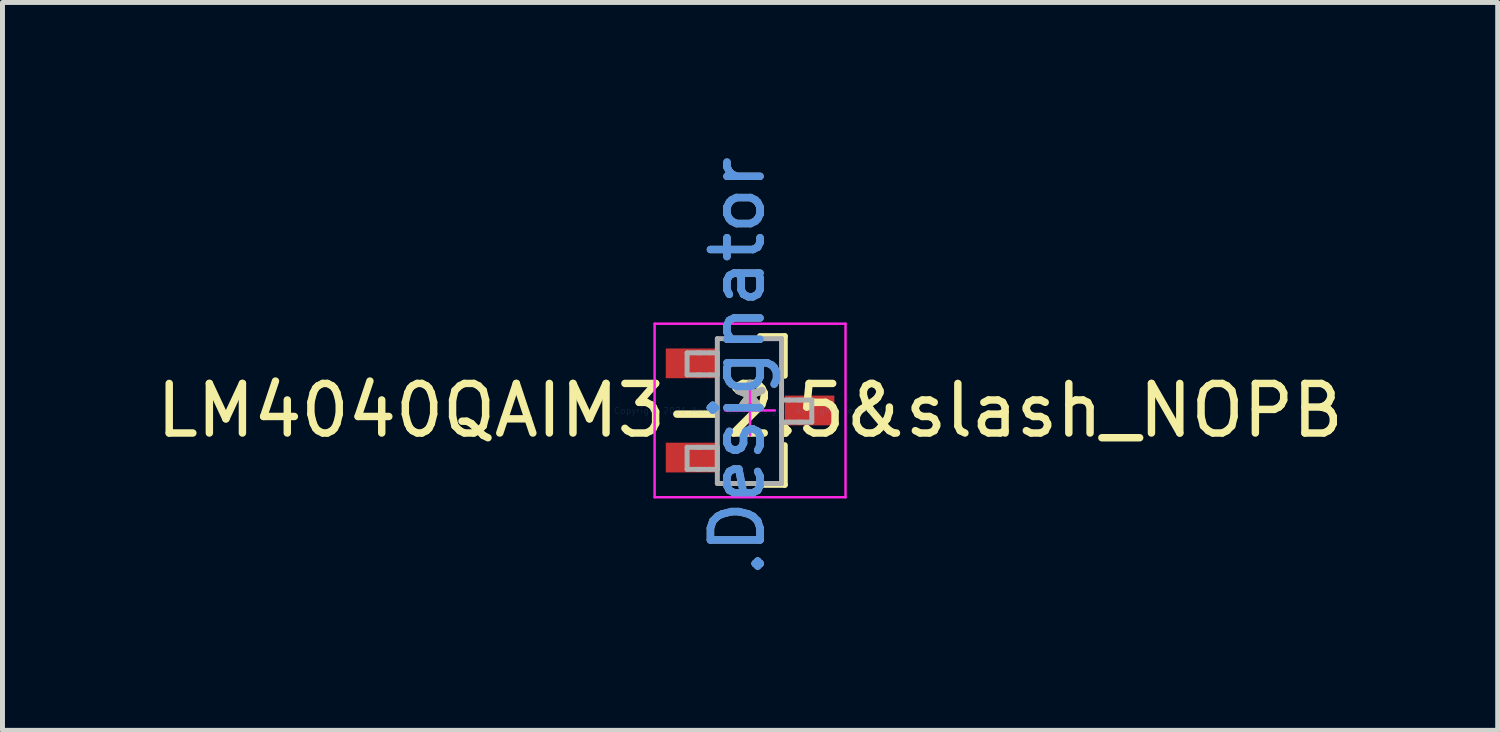
<source format=kicad_pcb>
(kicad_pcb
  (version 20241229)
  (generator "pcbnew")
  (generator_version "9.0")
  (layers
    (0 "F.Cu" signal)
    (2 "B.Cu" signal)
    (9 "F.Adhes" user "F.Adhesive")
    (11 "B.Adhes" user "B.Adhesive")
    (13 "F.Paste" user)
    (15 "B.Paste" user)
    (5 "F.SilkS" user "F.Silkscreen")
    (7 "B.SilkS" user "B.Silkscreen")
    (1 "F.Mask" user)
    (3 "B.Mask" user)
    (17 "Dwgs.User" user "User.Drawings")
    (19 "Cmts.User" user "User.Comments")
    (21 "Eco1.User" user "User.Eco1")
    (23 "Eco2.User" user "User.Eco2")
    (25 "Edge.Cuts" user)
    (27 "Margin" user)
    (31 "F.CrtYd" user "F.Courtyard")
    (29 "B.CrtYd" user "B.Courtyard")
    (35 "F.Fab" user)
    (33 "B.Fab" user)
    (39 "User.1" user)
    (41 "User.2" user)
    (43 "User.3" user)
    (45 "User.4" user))
  (footprint "LM4040QAIM3-2.5&slash_NOPB"
    (layer "F.Cu")
    (at 12.077 5.228)
    (property "Reference" "LM4040QAIM3-2.5&slash_NOPB" (at 0 0 0) (layer "F.SilkS") (effects (font (size 1 1) (thickness 0.15))))
    (attr through_hole)
    (fp_line (start 0.2 -1.5) (end 0.7 -1.5) (stroke (width 0.12) (type solid)) (layer "F.SilkS"))
    (fp_line (start 0.2 1.5) (end 0.7 1.5) (stroke (width 0.12) (type solid)) (layer "F.SilkS"))
    (fp_line (start 0.7 -0.7) (end 0.7 -1.5) (stroke (width 0.12) (type solid)) (layer "F.SilkS"))
    (fp_line (start 0.7 1.5) (end 0.7 0.7) (stroke (width 0.12) (type solid)) (layer "F.SilkS"))
    (fp_line (start -1.925 -1.75) (end 1.925 -1.75) (stroke (width 0.05) (type solid)) (layer "F.CrtYd"))
    (fp_line (start -1.925 1.75) (end -1.925 -1.75) (stroke (width 0.05) (type solid)) (layer "F.CrtYd"))
    (fp_line (start -1.925 1.75) (end 1.925 1.75) (stroke (width 0.05) (type solid)) (layer "F.CrtYd"))
    (fp_line (start -0.5 0) (end 0.5 0) (stroke (width 0.05) (type solid)) (layer "F.CrtYd"))
    (fp_line (start 0 0.5) (end 0 -0.5) (stroke (width 0.05) (type solid)) (layer "F.CrtYd"))
    (fp_line (start 1.925 1.75) (end 1.925 -1.75) (stroke (width 0.05) (type solid)) (layer "F.CrtYd"))
    (fp_line (start -1.27 -1.162) (end -1.063 -1.162) (stroke (width 0.1) (type solid)) (layer "F.Fab"))
    (fp_line (start -1.27 -0.718) (end -1.27 -1.162) (stroke (width 0.1) (type solid)) (layer "F.Fab"))
    (fp_line (start -1.27 -0.718) (end -1.063 -0.718) (stroke (width 0.1) (type solid)) (layer "F.Fab"))
    (fp_line (start -1.27 0.743) (end -1.063 0.743) (stroke (width 0.1) (type solid)) (layer "F.Fab"))
    (fp_line (start -1.27 1.187) (end -1.27 0.743) (stroke (width 0.1) (type solid)) (layer "F.Fab"))
    (fp_line (start -1.27 1.187) (end -1.063 1.187) (stroke (width 0.1) (type solid)) (layer "F.Fab"))
    (fp_line (start -1.063 -1.162) (end -1.005 -1.162) (stroke (width 0.1) (type solid)) (layer "F.Fab"))
    (fp_line (start -1.063 -0.718) (end -1.005 -0.718) (stroke (width 0.1) (type solid)) (layer "F.Fab"))
    (fp_line (start -1.063 0.743) (end -1.005 0.743) (stroke (width 0.1) (type solid)) (layer "F.Fab"))
    (fp_line (start -1.063 1.187) (end -1.005 1.187) (stroke (width 0.1) (type solid)) (layer "F.Fab"))
    (fp_line (start -1.005 -1.162) (end -0.814 -1.162) (stroke (width 0.1) (type solid)) (layer "F.Fab"))
    (fp_line (start -1.005 -0.718) (end -0.814 -0.718) (stroke (width 0.1) (type solid)) (layer "F.Fab"))
    (fp_line (start -1.005 0.743) (end -0.814 0.743) (stroke (width 0.1) (type solid)) (layer "F.Fab"))
    (fp_line (start -1.005 1.187) (end -0.814 1.187) (stroke (width 0.1) (type solid)) (layer "F.Fab"))
    (fp_line (start -0.814 -1.162) (end -0.66 -1.162) (stroke (width 0.1) (type solid)) (layer "F.Fab"))
    (fp_line (start -0.814 -0.718) (end -0.66 -0.718) (stroke (width 0.1) (type solid)) (layer "F.Fab"))
    (fp_line (start -0.814 0.743) (end -0.66 0.743) (stroke (width 0.1) (type solid)) (layer "F.Fab"))
    (fp_line (start -0.814 1.187) (end -0.66 1.187) (stroke (width 0.1) (type solid)) (layer "F.Fab"))
    (fp_line (start -0.66 -1.448) (end 0.635 -1.448) (stroke (width 0.1) (type solid)) (layer "F.Fab"))
    (fp_line (start -0.66 -0.718) (end -0.66 -1.162) (stroke (width 0.1) (type solid)) (layer "F.Fab"))
    (fp_line (start -0.66 1.187) (end -0.66 0.743) (stroke (width 0.1) (type solid)) (layer "F.Fab"))
    (fp_line (start -0.66 1.473) (end -0.66 -1.448) (stroke (width 0.1) (type solid)) (layer "F.Fab"))
    (fp_line (start -0.66 1.473) (end 0.635 1.473) (stroke (width 0.1) (type solid)) (layer "F.Fab"))
    (fp_line (start 0.635 -0.21) (end 0.789 -0.21) (stroke (width 0.1) (type solid)) (layer "F.Fab"))
    (fp_line (start 0.635 0.235) (end 0.635 -0.21) (stroke (width 0.1) (type solid)) (layer "F.Fab"))
    (fp_line (start 0.635 0.235) (end 0.789 0.235) (stroke (width 0.1) (type solid)) (layer "F.Fab"))
    (fp_line (start 0.635 1.473) (end 0.635 -1.448) (stroke (width 0.1) (type solid)) (layer "F.Fab"))
    (fp_line (start 0.789 -0.21) (end 0.98 -0.21) (stroke (width 0.1) (type solid)) (layer "F.Fab"))
    (fp_line (start 0.789 0.235) (end 0.98 0.235) (stroke (width 0.1) (type solid)) (layer "F.Fab"))
    (fp_line (start 0.98 -0.21) (end 1.037 -0.21) (stroke (width 0.1) (type solid)) (layer "F.Fab"))
    (fp_line (start 0.98 0.235) (end 1.037 0.235) (stroke (width 0.1) (type solid)) (layer "F.Fab"))
    (fp_line (start 1.037 -0.21) (end 1.245 -0.21) (stroke (width 0.1) (type solid)) (layer "F.Fab"))
    (fp_line (start 1.037 0.235) (end 1.245 0.235) (stroke (width 0.1) (type solid)) (layer "F.Fab"))
    (fp_line (start 1.245 0.235) (end 1.245 -0.21) (stroke (width 0.1) (type solid)) (layer "F.Fab"))
    (fp_text user "*" (at 0 0 0) (layer "F.SilkS") (effects (font (size 1 1) (thickness 0.15))))
    (fp_text user ".Designator" (at -0.254 -0.889 270) (layer "Cmts.User") (effects (font (size 1 1) (thickness 0.15))))
    (fp_text user "Copyright 2021 Accelerated Designs. All rights reserved." (at 0 0 0) (layer "Cmts.User") (effects (font (size 0.127 0.127) (thickness 0.002))))
    (fp_text user "*" (at 0 0 0) (layer "F.Fab") (effects (font (size 1 1) (thickness 0.15))))
    (fp_text user ".Designator" (at -0.254 -0.889 270) (layer "F.Fab") (effects (font (size 1 1) (thickness 0.15))))
    (pad "1" smd rect (at -1.2 -0.95 90) (size 0.6 1) (layers "F.Cu" "F.Mask" "F.Paste"))
    (pad "2" smd rect (at -1.2 0.95 90) (size 0.6 1) (layers "F.Cu" "F.Mask" "F.Paste"))
    (pad "3" smd rect (at 1.2 0 90) (size 0.6 1) (layers "F.Cu" "F.Mask" "F.Paste")))
  (gr_rect
    (start -3 -3)
    (end 27.155 11.679)
    (stroke (width 0.1) (type default))
    (fill no)
    (layer "Edge.Cuts")))
</source>
